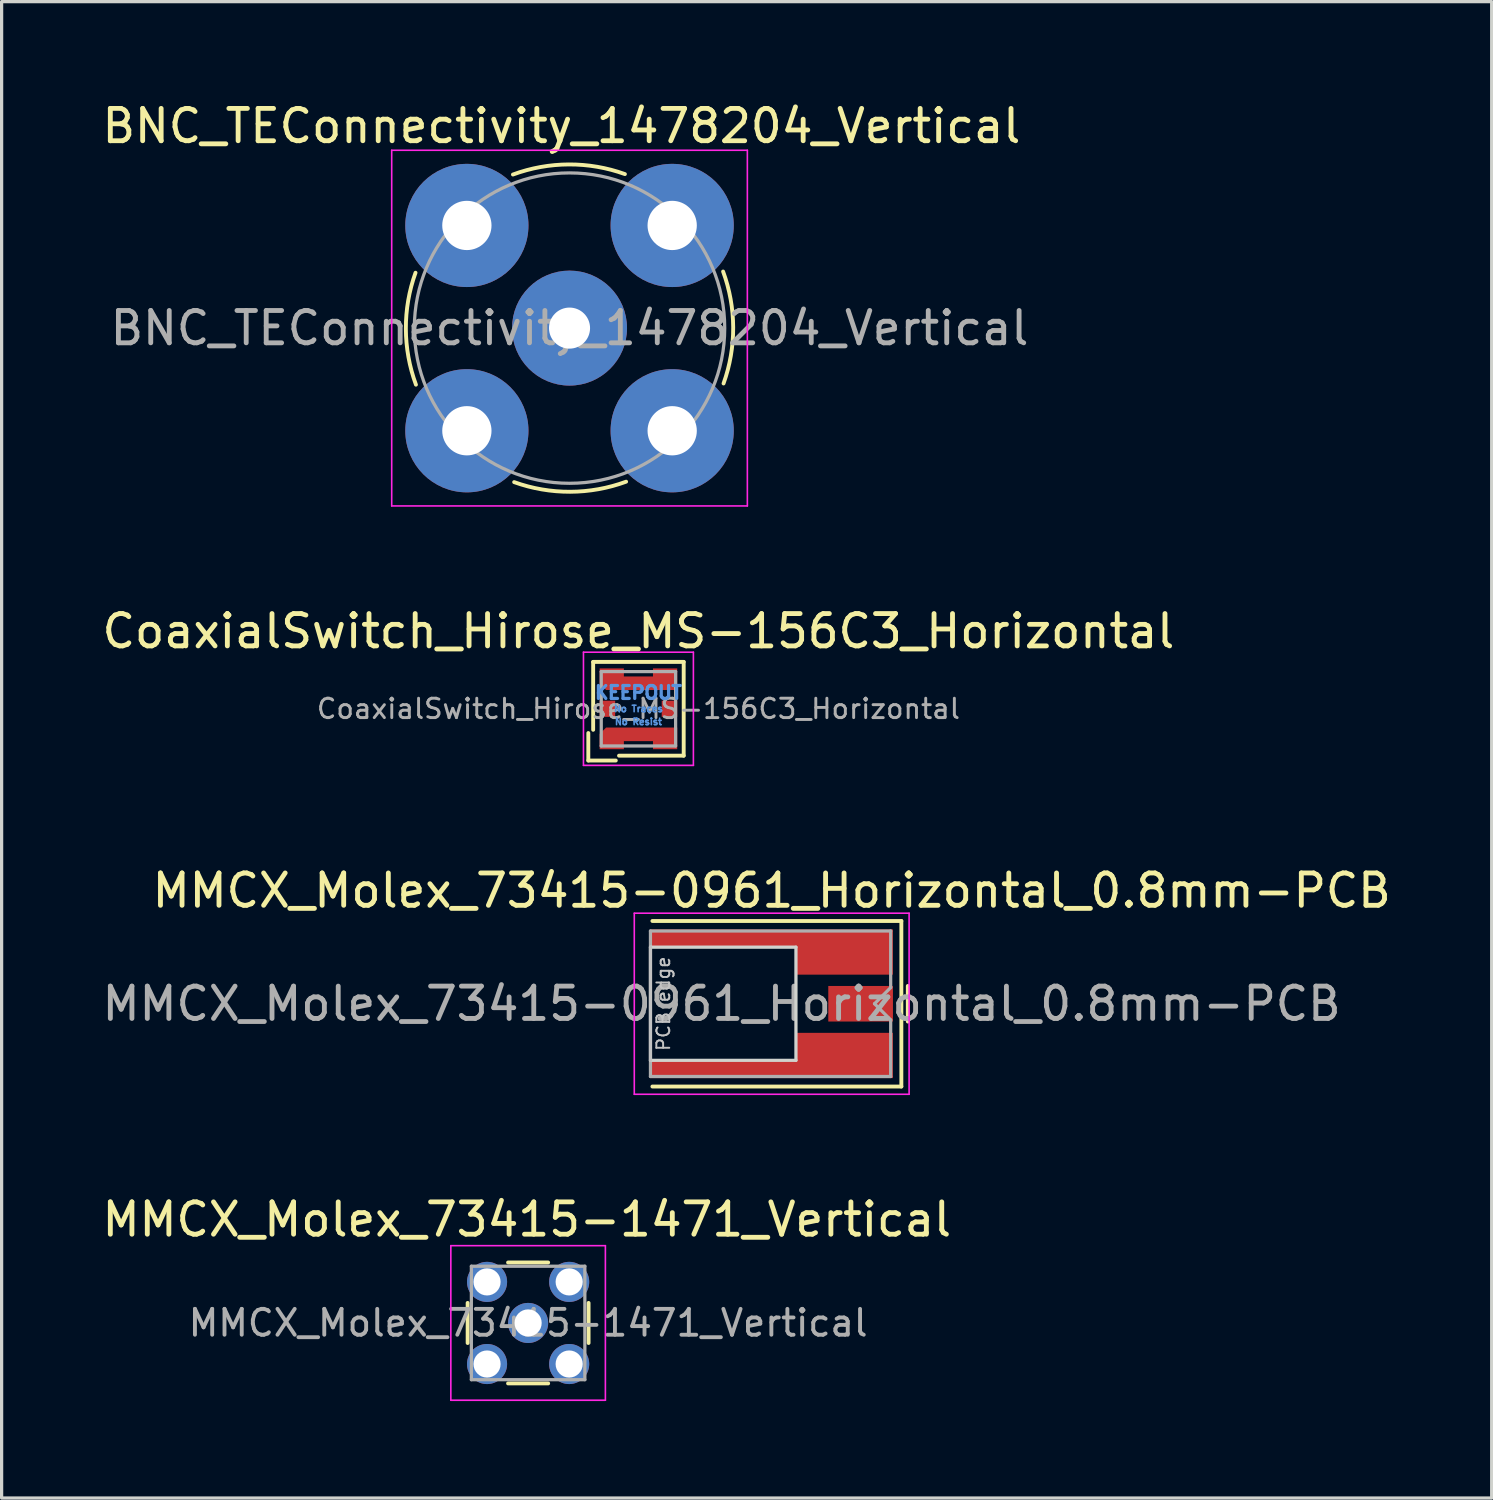
<source format=kicad_pcb>
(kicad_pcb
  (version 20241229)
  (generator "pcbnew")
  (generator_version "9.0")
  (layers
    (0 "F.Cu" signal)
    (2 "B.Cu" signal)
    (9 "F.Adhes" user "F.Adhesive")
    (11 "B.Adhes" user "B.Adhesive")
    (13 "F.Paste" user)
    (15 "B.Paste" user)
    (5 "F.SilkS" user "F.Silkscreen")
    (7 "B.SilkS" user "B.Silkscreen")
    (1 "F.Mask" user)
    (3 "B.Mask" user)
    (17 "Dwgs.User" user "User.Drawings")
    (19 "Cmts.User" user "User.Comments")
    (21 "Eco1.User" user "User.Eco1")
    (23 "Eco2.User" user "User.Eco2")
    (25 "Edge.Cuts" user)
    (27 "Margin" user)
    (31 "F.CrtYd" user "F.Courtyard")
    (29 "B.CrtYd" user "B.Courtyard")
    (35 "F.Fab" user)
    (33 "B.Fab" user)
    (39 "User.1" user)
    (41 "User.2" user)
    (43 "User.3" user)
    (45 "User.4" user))
  (footprint "CoaxialSwitch_Hirose_MS-156C3_Horizontal"
    (layer "F.Cu")
    (at 16.696 18.872)
    (property "Reference" "CoaxialSwitch_Hirose_MS-156C3_Horizontal" (at 0 -2.4 180) (layer "F.SilkS") (effects (font (size 1 1) (thickness 0.15))))
    (attr smd)
    (fp_rect (start -1.15 -0.725) (end 1.15 0.725) (stroke (width 0.12) (type solid)) (fill yes) (layer "F.Mask"))
    (fp_line (start -1.55 0.75) (end -1.55 1.6) (stroke (width 0.12) (type solid)) (layer "F.SilkS"))
    (fp_line (start -1.55 1.6) (end -0.7 1.6) (stroke (width 0.12) (type solid)) (layer "F.SilkS"))
    (fp_line (start -1.4 -1.45) (end -1.4 0.65) (stroke (width 0.12) (type solid)) (layer "F.SilkS"))
    (fp_line (start -1.4 -1.45) (end 1.4 -1.45) (stroke (width 0.12) (type solid)) (layer "F.SilkS"))
    (fp_line (start 1.4 -1.45) (end 1.4 1.45) (stroke (width 0.12) (type solid)) (layer "F.SilkS"))
    (fp_line (start 1.4 1.45) (end -0.6 1.45) (stroke (width 0.12) (type solid)) (layer "F.SilkS"))
    (fp_line (start -1.7 -1.75) (end 1.7 -1.75) (stroke (width 0.05) (type solid)) (layer "F.CrtYd"))
    (fp_line (start -1.7 1.75) (end -1.7 -1.75) (stroke (width 0.05) (type solid)) (layer "F.CrtYd"))
    (fp_line (start 1.7 -1.75) (end 1.7 1.75) (stroke (width 0.05) (type solid)) (layer "F.CrtYd"))
    (fp_line (start 1.7 1.75) (end -1.7 1.75) (stroke (width 0.05) (type solid)) (layer "F.CrtYd"))
    (fp_line (start -1.15 -1.15) (end 1.15 -1.15) (stroke (width 0.1) (type solid)) (layer "F.Fab"))
    (fp_line (start -1.15 1.15) (end -1.15 -1.15) (stroke (width 0.1) (type solid)) (layer "F.Fab"))
    (fp_line (start 1.15 -1.15) (end 1.15 1.15) (stroke (width 0.1) (type solid)) (layer "F.Fab"))
    (fp_line (start 1.15 1.15) (end -1.15 1.15) (stroke (width 0.1) (type solid)) (layer "F.Fab"))
    (fp_text user "No Traces" (at 0 0 0) (layer "Cmts.User") (effects (font (size 0.2 0.2) (thickness 0.05))))
    (fp_text user "No Resist" (at 0 0.4 0) (layer "Cmts.User") (effects (font (size 0.2 0.2) (thickness 0.05))))
    (fp_text user "KEEPOUT" (at 0 -0.5 0) (layer "Cmts.User") (effects (font (size 0.4 0.4) (thickness 0.1))))
    (fp_text user "${REFERENCE}" (at 0 0 0) (layer "F.Fab") (effects (font (size 0.6 0.6) (thickness 0.09))))
    (pad "" smd rect (at -1 0 180) (size 0.3 0.4) (layers "F.Paste"))
    (pad "" smd rect (at -0.7 -1 180) (size 0.4 0.4) (layers "F.Paste"))
    (pad "" smd rect (at -0.7 1 180) (size 0.4 0.4) (layers "F.Paste"))
    (pad "" smd rect (at 0 -0.8 180) (size 0.5 0.3) (layers "F.Paste"))
    (pad "" smd rect (at 0 0.8 180) (size 0.5 0.3) (layers "F.Paste"))
    (pad "" smd rect (at 0.7 -1 180) (size 0.4 0.4) (layers "F.Paste"))
    (pad "" smd rect (at 0.7 1 180) (size 0.4 0.4) (layers "F.Paste"))
    (pad "" smd rect (at 1 0 180) (size 0.3 0.4) (layers "F.Paste"))
    (pad "A" smd rect (at 0.96 0) (size 0.48 0.5) (layers "F.Cu" "F.Mask"))
    (pad "C" smd rect (at -0.96 0) (size 0.48 0.5) (layers "F.Cu" "F.Mask"))
    (pad "G" smd custom (at 0 -0.815) (size 0.35 0.35) (layers "F.Cu" "F.Mask") (options (anchor rect)) (primitives (gr_poly (pts (xy -0.45 -0.185) (xy 0.45 -0.185) (xy 0.45 -0.435) (xy 1.2 -0.435) (xy 1.2 0.235) (xy -1 0.235) (xy -1.2 0.035) (xy -1.2 -0.435) (xy -0.45 -0.435)) (width 0) (fill yes))))
    (pad "G" smd custom (at 0 0.815 180) (size 0.35 0.35) (layers "F.Cu" "F.Mask") (options (anchor rect)) (primitives (gr_poly (pts (xy -0.45 -0.185) (xy 0.45 -0.185) (xy 0.45 -0.435) (xy 1.2 -0.435) (xy 1.2 0.035) (xy 1 0.235) (xy -1.2 0.235) (xy -1.2 -0.435) (xy -0.45 -0.435)) (width 0) (fill yes))))
    (zone (net_name "") (layer "F.Cu") (hatch full 0.508) (connect_pads) (min_thickness 0.254) (filled_areas_thickness no) (keepout (tracks not_allowed) (vias not_allowed) (pads not_allowed) (copperpour allowed) (footprints allowed)) (placement (enabled no)) (fill) (polygon (pts (xy 15.696 18.291) (xy 17.896 18.291) (xy 17.896 18.622) (xy 17.416 18.622) (xy 17.416 18.872) (xy 15.976 18.872) (xy 15.976 18.622) (xy 15.496 18.622) (xy 15.496 18.091))))
    (zone (net_name "") (layer "F.Cu") (hatch full 0.508) (connect_pads) (min_thickness 0.254) (filled_areas_thickness no) (keepout (tracks not_allowed) (vias not_allowed) (pads not_allowed) (copperpour allowed) (footprints allowed)) (placement (enabled no)) (fill) (polygon (pts (xy 15.696 19.451) (xy 17.896 19.451) (xy 17.896 19.122) (xy 17.416 19.122) (xy 17.416 18.872) (xy 15.976 18.872) (xy 15.976 19.122) (xy 15.496 19.122) (xy 15.496 19.651)))))
  (footprint "BNC_TEConnectivity_1478204_Vertical"
    (layer "F.Cu")
    (at 14.565 7.098)
    (property "Reference" "BNC_TEConnectivity_1478204_Vertical" (at -0.25 -6.25 0) (layer "F.SilkS") (effects (font (size 1 1) (thickness 0.15))))
    (attr through_hole)
    (fp_arc (start -4.75 1.75) (mid -5.062075 0.019867) (end -4.763589 -1.712663) (stroke (width 0.12) (type solid)) (layer "F.SilkS"))
    (fp_arc (start -1.75 -4.75) (mid -0.019867 -5.062075) (end 1.712663 -4.763589) (stroke (width 0.12) (type solid)) (layer "F.SilkS"))
    (fp_arc (start 1.75 4.75) (mid 0.019867 5.062075) (end -1.712663 4.763589) (stroke (width 0.12) (type solid)) (layer "F.SilkS"))
    (fp_arc (start 4.75 -1.75) (mid 5.062075 -0.019867) (end 4.763589 1.712663) (stroke (width 0.12) (type solid)) (layer "F.SilkS"))
    (fp_line (start -5.5 -5.5) (end 5.5 -5.5) (stroke (width 0.05) (type solid)) (layer "F.CrtYd"))
    (fp_line (start -5.5 5.5) (end -5.5 -5.5) (stroke (width 0.05) (type solid)) (layer "F.CrtYd"))
    (fp_line (start 5.5 -5.5) (end 5.5 5.5) (stroke (width 0.05) (type solid)) (layer "F.CrtYd"))
    (fp_line (start 5.5 5.5) (end -5.5 5.5) (stroke (width 0.05) (type solid)) (layer "F.CrtYd"))
    (fp_circle (center 0 0) (end 4.8 0) (stroke (width 0.1) (type solid)) (fill no) (layer "F.Fab"))
    (fp_text user "${REFERENCE}" (at 0 0 0) (layer "F.Fab") (effects (font (size 1 1) (thickness 0.15))))
    (pad "1" thru_hole circle (at 0 0) (size 3.556 3.556) (drill 1.27) (layers "*.Cu" "*.Mask"))
    (pad "2" thru_hole circle (at -3.175 -3.175) (size 3.81 3.81) (drill 1.524) (layers "*.Cu" "*.Mask"))
    (pad "2" thru_hole circle (at -3.175 3.175) (size 3.81 3.81) (drill 1.524) (layers "*.Cu" "*.Mask"))
    (pad "2" thru_hole circle (at 3.175 -3.175) (size 3.81 3.81) (drill 1.524) (layers "*.Cu" "*.Mask"))
    (pad "2" thru_hole circle (at 3.175 3.175) (size 3.81 3.81) (drill 1.524) (layers "*.Cu" "*.Mask")))
  (footprint "MMCX_Molex_73415-0961_Horizontal_0.8mm-PCB"
    (layer "F.Cu")
    (at 20.818 27.995)
    (property "Reference" "MMCX_Molex_73415-0961_Horizontal_0.8mm-PCB" (at 0 -3.5 0) (layer "F.SilkS") (effects (font (size 1 1) (thickness 0.15))))
    (attr smd)
    (fp_line (start -3.69 -2.56) (end 4.01 -2.56) (stroke (width 0.12) (type solid)) (layer "F.SilkS"))
    (fp_line (start -3.69 2.56) (end 4.01 2.56) (stroke (width 0.12) (type solid)) (layer "F.SilkS"))
    (fp_line (start 4.01 2.56) (end 4.01 -2.56) (stroke (width 0.12) (type solid)) (layer "F.SilkS"))
    (fp_line (start 4.21 -0.55) (end 4.21 0.55) (stroke (width 0.12) (type solid)) (layer "F.SilkS"))
    (fp_line (start -3.75 1.75) (end -3.75 -1.75) (stroke (width 0.1) (type solid)) (layer "Dwgs.User"))
    (fp_line (start -3.75 1.75) (end 0.75 1.75) (stroke (width 0.1) (type solid)) (layer "Edge.Cuts"))
    (fp_line (start 0.75 -1.75) (end -3.75 -1.75) (stroke (width 0.1) (type solid)) (layer "Edge.Cuts"))
    (fp_line (start 0.75 1.75) (end 0.75 -1.75) (stroke (width 0.1) (type solid)) (layer "Edge.Cuts"))
    (fp_line (start -4.25 -2.8) (end -4.25 2.8) (stroke (width 0.05) (type solid)) (layer "F.CrtYd"))
    (fp_line (start -4.25 -2.8) (end 4.25 -2.8) (stroke (width 0.05) (type solid)) (layer "F.CrtYd"))
    (fp_line (start -4.25 2.8) (end 4.25 2.8) (stroke (width 0.05) (type solid)) (layer "F.CrtYd"))
    (fp_line (start 4.25 -2.8) (end 4.25 2.8) (stroke (width 0.05) (type solid)) (layer "F.CrtYd"))
    (fp_line (start -3.75 -2.25) (end -3.75 2.25) (stroke (width 0.1) (type solid)) (layer "F.Fab"))
    (fp_line (start -3.75 -2.25) (end 3.68 -2.25) (stroke (width 0.1) (type solid)) (layer "F.Fab"))
    (fp_line (start -3.75 2.25) (end 3.68 2.25) (stroke (width 0.1) (type solid)) (layer "F.Fab"))
    (fp_line (start 3.18 0) (end 3.68 -0.5) (stroke (width 0.1) (type solid)) (layer "F.Fab"))
    (fp_line (start 3.18 0) (end 3.68 0.5) (stroke (width 0.1) (type solid)) (layer "F.Fab"))
    (fp_line (start 3.68 -0.5) (end 3.68 -2.25) (stroke (width 0.1) (type solid)) (layer "F.Fab"))
    (fp_line (start 3.68 2.25) (end 3.68 0.5) (stroke (width 0.1) (type solid)) (layer "F.Fab"))
    (fp_text user "PCB edge" (at -3.35 0 90) (layer "Dwgs.User") (effects (font (size 0.4 0.4) (thickness 0.06))))
    (fp_text user "${REFERENCE}" (at -1.55 0 0) (layer "F.Fab") (effects (font (size 1 1) (thickness 0.15))))
    (pad "1" smd rect (at 2.75 0) (size 2 1.1) (layers "F.Cu" "F.Mask" "F.Paste"))
    (pad "2" smd custom (at 2.25 -1.6) (size 3 1.4) (layers "F.Cu" "F.Mask" "F.Paste") (options (anchor rect)) (primitives (gr_poly (pts (xy -1.5 -0.15) (xy -6 -0.15) (xy -6 -0.7) (xy -1.5 -0.7)) (width 0) (fill yes))))
    (pad "2" smd custom (at 2.25 1.6) (size 3 1.4) (layers "F.Cu" "F.Mask" "F.Paste") (options (anchor rect)) (primitives (gr_poly (pts (xy -1.5 0.7) (xy -6 0.7) (xy -6 0.15) (xy -1.5 0.15)) (width 0) (fill yes)))))
  (footprint "MMCX_Molex_73415-1471_Vertical"
    (layer "F.Cu")
    (at 13.284 37.868)
    (property "Reference" "MMCX_Molex_73415-1471_Vertical" (at -0.04 -3.2 0) (layer "F.SilkS") (effects (font (size 1 1) (thickness 0.15))))
    (attr through_hole)
    (fp_line (start -1.87 0.62) (end -1.87 -0.62) (stroke (width 0.12) (type solid)) (layer "F.SilkS"))
    (fp_line (start 0.62 -1.87) (end -0.62 -1.87) (stroke (width 0.12) (type solid)) (layer "F.SilkS"))
    (fp_line (start 0.62 1.87) (end -0.62 1.87) (stroke (width 0.12) (type solid)) (layer "F.SilkS"))
    (fp_line (start 1.87 0.62) (end 1.87 -0.62) (stroke (width 0.12) (type solid)) (layer "F.SilkS"))
    (fp_line (start -2.39 -2.39) (end 2.39 -2.39) (stroke (width 0.05) (type solid)) (layer "F.CrtYd"))
    (fp_line (start -2.39 2.39) (end -2.39 -2.39) (stroke (width 0.05) (type solid)) (layer "F.CrtYd"))
    (fp_line (start -2.39 2.39) (end 2.39 2.39) (stroke (width 0.05) (type solid)) (layer "F.CrtYd"))
    (fp_line (start 2.39 2.39) (end 2.39 -2.39) (stroke (width 0.05) (type solid)) (layer "F.CrtYd"))
    (fp_line (start -1.755 -1.755) (end -1.755 1.755) (stroke (width 0.1) (type solid)) (layer "F.Fab"))
    (fp_line (start -1.755 -1.755) (end 1.755 -1.755) (stroke (width 0.1) (type solid)) (layer "F.Fab"))
    (fp_line (start -1.755 1.755) (end 1.755 1.755) (stroke (width 0.1) (type solid)) (layer "F.Fab"))
    (fp_line (start 1.755 -1.755) (end 1.755 1.755) (stroke (width 0.1) (type solid)) (layer "F.Fab"))
    (fp_text user "${REFERENCE}" (at 0 0 0) (layer "F.Fab") (effects (font (size 0.8 0.8) (thickness 0.12))))
    (pad "1" thru_hole circle (at 0 0) (size 1.24 1.24) (drill 0.84) (layers "*.Cu" "*.Mask"))
    (pad "2" thru_hole circle (at -1.27 -1.27) (size 1.24 1.24) (drill 0.84) (layers "*.Cu" "*.Mask"))
    (pad "2" thru_hole circle (at -1.27 1.27) (size 1.24 1.24) (drill 0.84) (layers "*.Cu" "*.Mask"))
    (pad "2" thru_hole circle (at 1.27 -1.27) (size 1.24 1.24) (drill 0.84) (layers "*.Cu" "*.Mask"))
    (pad "2" thru_hole circle (at 1.27 1.27) (size 1.24 1.24) (drill 0.84) (layers "*.Cu" "*.Mask")))
  (gr_rect
    (start -3 -3)
    (end 43.086 43.283)
    (stroke (width 0.1) (type default))
    (fill no)
    (layer "Edge.Cuts")))
</source>
